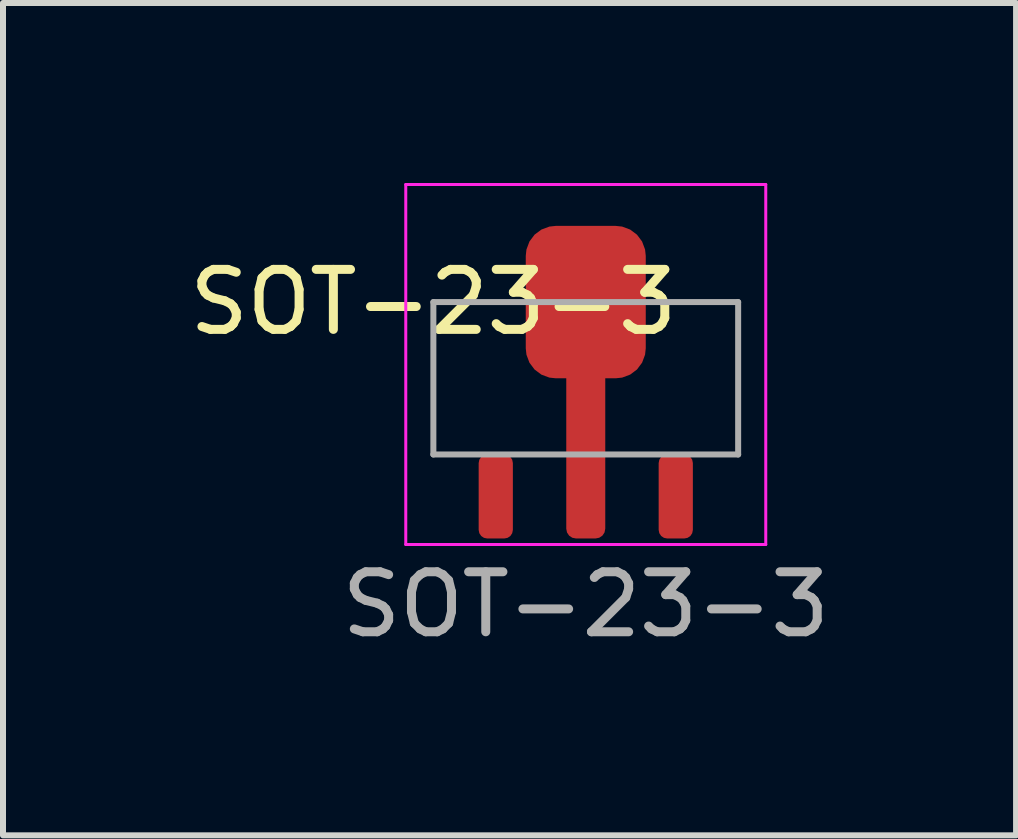
<source format=kicad_pcb>
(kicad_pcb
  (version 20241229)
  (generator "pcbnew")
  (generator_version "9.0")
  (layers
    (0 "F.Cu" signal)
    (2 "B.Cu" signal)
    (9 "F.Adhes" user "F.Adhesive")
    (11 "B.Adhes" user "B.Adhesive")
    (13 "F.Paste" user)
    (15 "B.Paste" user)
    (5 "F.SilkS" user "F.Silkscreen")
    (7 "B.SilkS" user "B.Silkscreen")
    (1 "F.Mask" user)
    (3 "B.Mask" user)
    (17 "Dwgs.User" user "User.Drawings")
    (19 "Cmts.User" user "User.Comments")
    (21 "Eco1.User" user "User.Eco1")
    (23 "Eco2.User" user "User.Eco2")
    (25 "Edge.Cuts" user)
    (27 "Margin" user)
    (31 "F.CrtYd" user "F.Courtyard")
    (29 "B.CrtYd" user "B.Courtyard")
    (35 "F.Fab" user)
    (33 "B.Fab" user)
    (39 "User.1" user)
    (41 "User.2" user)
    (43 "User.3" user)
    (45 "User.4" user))
  (footprint "SOT-23-3"
    (layer "F.Cu")
    (at 6.713 4.525)
    (property "Reference" "SOT-23-3" (at -2.54 -2.54 0) (unlocked yes) (layer "F.SilkS") (effects (font (size 1 1) (thickness 0.15))))
    (attr smd)
    (fp_line (start -3 -4.5) (end -3 1.5) (stroke (width 0.05) (type solid)) (layer "F.CrtYd"))
    (fp_line (start -3 1.5) (end 3 1.5) (stroke (width 0.05) (type solid)) (layer "F.CrtYd"))
    (fp_line (start 3 -4.5) (end -3 -4.5) (stroke (width 0.05) (type solid)) (layer "F.CrtYd"))
    (fp_line (start 3 1.5) (end 3 -4.5) (stroke (width 0.05) (type solid)) (layer "F.CrtYd"))
    (fp_line (start -2.54 -2.54) (end 2.54 -2.54) (stroke (width 0.1) (type solid)) (layer "F.Fab"))
    (fp_line (start -2.54 0) (end -2.54 -2.54) (stroke (width 0.1) (type solid)) (layer "F.Fab"))
    (fp_line (start 2.54 -2.54) (end 2.54 0) (stroke (width 0.1) (type solid)) (layer "F.Fab"))
    (fp_line (start 2.54 0) (end -2.54 0) (stroke (width 0.1) (type solid)) (layer "F.Fab"))
    (fp_text user "${REFERENCE}" (at 0 2.5 0) (unlocked yes) (layer "F.Fab") (effects (font (size 1 1) (thickness 0.15))))
    (pad "1" smd roundrect (at -1.5 0.7 90) (size 1.4 0.57) (layers "F.Cu" "F.Mask" "F.Paste") (roundrect_rratio 0.25))
    (pad "2" smd roundrect (at 1.5 0.7 90) (size 1.4 0.57) (layers "F.Cu" "F.Mask" "F.Paste") (roundrect_rratio 0.25))
    (pad "3" smd roundrect (at 0 -2.54 90) (size 2.54 2) (layers "F.Cu" "F.Mask" "F.Paste") (roundrect_rratio 0.25))
    (pad "3" smd roundrect (at 0 -0.6 90) (size 4 0.65) (layers "F.Cu" "F.Mask" "F.Paste") (roundrect_rratio 0.25)))
  (gr_rect
    (start -3 -3)
    (end 13.885 10.873)
    (stroke (width 0.1) (type default))
    (fill no)
    (layer "Edge.Cuts")))
</source>
